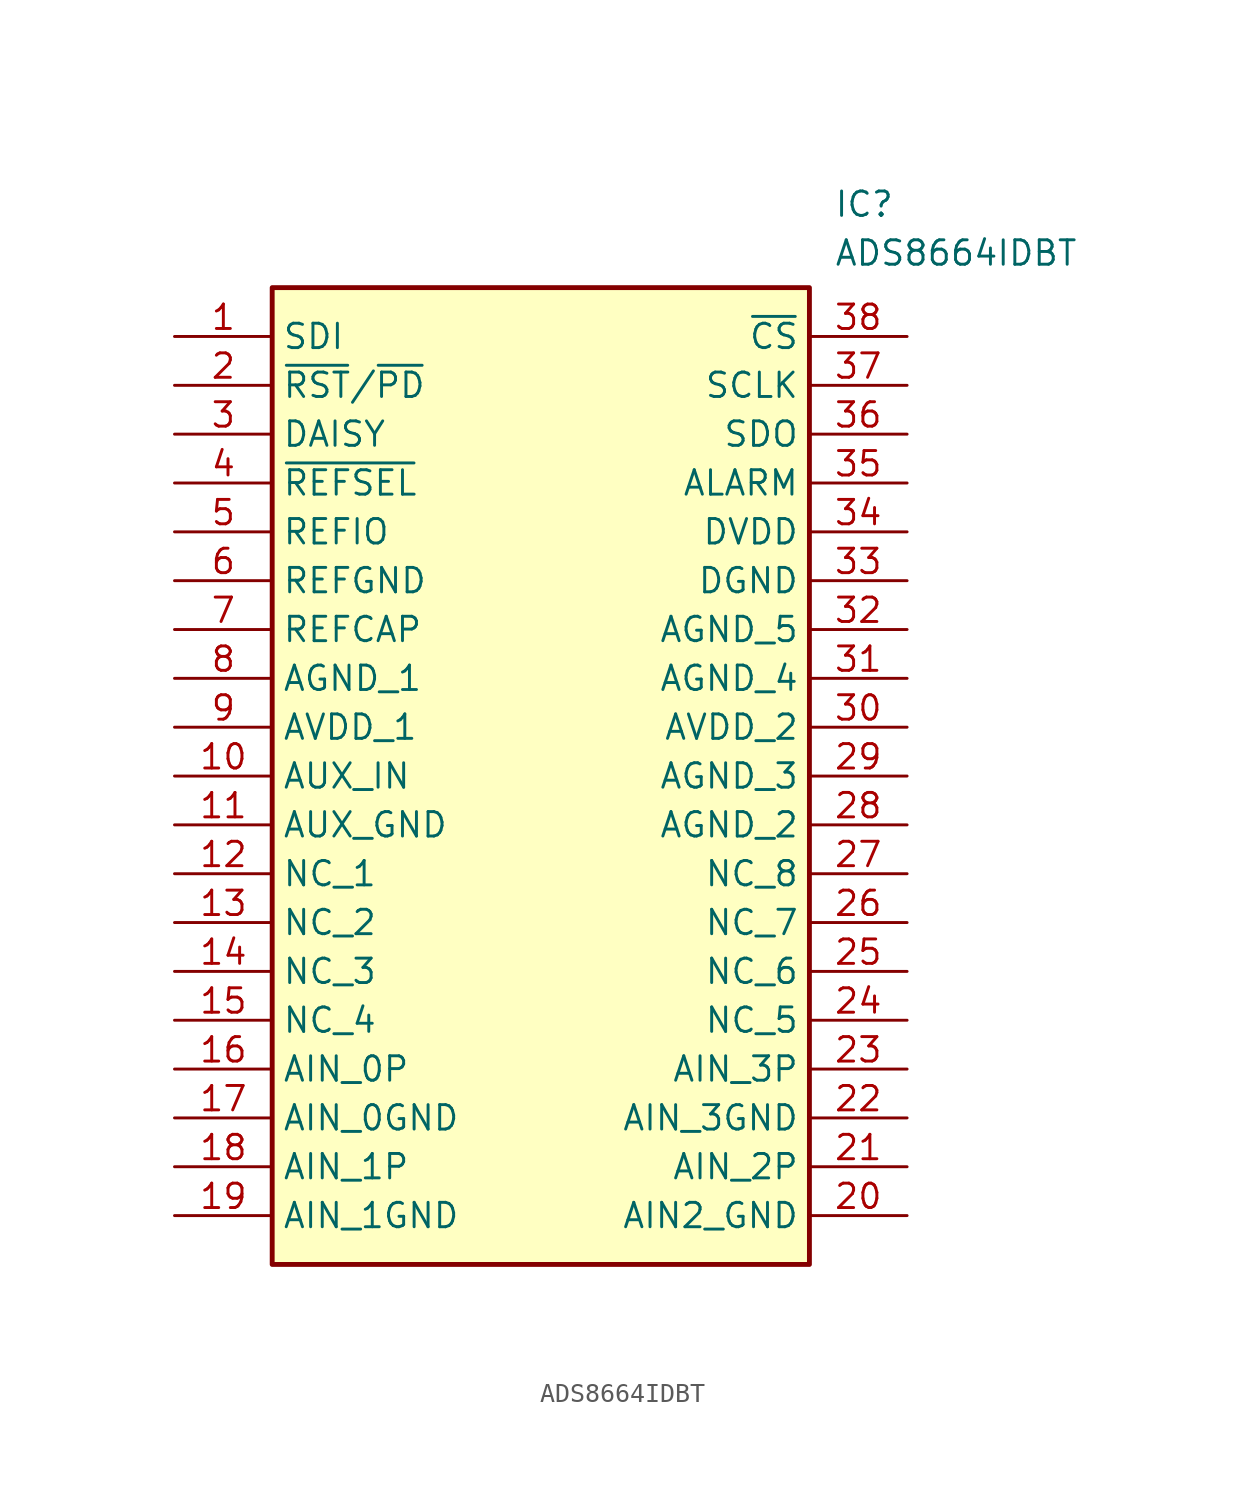
<source format=kicad_sym>
(kicad_symbol_lib
  (version 20211014)
  (generator SamacSys_ECAD_Model)
  (symbol "ADS8664IDBT"
    (property "Reference" "IC"
      (at 34.29 7.62 0)
      (effects (font (size 1.27 1.27)) (justify left top)))
    (property "Value" "ADS8664IDBT"
      (at 34.29 5.08 0)
      (effects (font (size 1.27 1.27)) (justify left top)))
    (rectangle
      (start 5.08 2.54)
      (end 33.02 -48.26)
      (stroke (width 0.254) (type default))
      (fill (type background)))
    (pin passive line
      (at 0 0 0)
      (length 5.08)
      (name "SDI" (effects (font (size 1.27 1.27))))
      (number "1" (effects (font (size 1.27 1.27)))))
    (pin passive line
      (at 0 -2.54 0)
      (length 5.08)
      (name "~{RST}/~{PD}" (effects (font (size 1.27 1.27))))
      (number "2" (effects (font (size 1.27 1.27)))))
    (pin passive line
      (at 0 -5.08 0)
      (length 5.08)
      (name "DAISY" (effects (font (size 1.27 1.27))))
      (number "3" (effects (font (size 1.27 1.27)))))
    (pin passive line
      (at 0 -7.62 0)
      (length 5.08)
      (name "~{REFSEL}" (effects (font (size 1.27 1.27))))
      (number "4" (effects (font (size 1.27 1.27)))))
    (pin passive line
      (at 0 -10.16 0)
      (length 5.08)
      (name "REFIO" (effects (font (size 1.27 1.27))))
      (number "5" (effects (font (size 1.27 1.27)))))
    (pin passive line
      (at 0 -12.7 0)
      (length 5.08)
      (name "REFGND" (effects (font (size 1.27 1.27))))
      (number "6" (effects (font (size 1.27 1.27)))))
    (pin passive line
      (at 0 -15.24 0)
      (length 5.08)
      (name "REFCAP" (effects (font (size 1.27 1.27))))
      (number "7" (effects (font (size 1.27 1.27)))))
    (pin passive line
      (at 0 -17.78 0)
      (length 5.08)
      (name "AGND_1" (effects (font (size 1.27 1.27))))
      (number "8" (effects (font (size 1.27 1.27)))))
    (pin passive line
      (at 0 -20.32 0)
      (length 5.08)
      (name "AVDD_1" (effects (font (size 1.27 1.27))))
      (number "9" (effects (font (size 1.27 1.27)))))
    (pin passive line
      (at 0 -22.86 0)
      (length 5.08)
      (name "AUX_IN" (effects (font (size 1.27 1.27))))
      (number "10" (effects (font (size 1.27 1.27)))))
    (pin passive line
      (at 0 -25.4 0)
      (length 5.08)
      (name "AUX_GND" (effects (font (size 1.27 1.27))))
      (number "11" (effects (font (size 1.27 1.27)))))
    (pin passive line
      (at 0 -27.94 0)
      (length 5.08)
      (name "NC_1" (effects (font (size 1.27 1.27))))
      (number "12" (effects (font (size 1.27 1.27)))))
    (pin passive line
      (at 0 -30.48 0)
      (length 5.08)
      (name "NC_2" (effects (font (size 1.27 1.27))))
      (number "13" (effects (font (size 1.27 1.27)))))
    (pin passive line
      (at 0 -33.02 0)
      (length 5.08)
      (name "NC_3" (effects (font (size 1.27 1.27))))
      (number "14" (effects (font (size 1.27 1.27)))))
    (pin passive line
      (at 0 -35.56 0)
      (length 5.08)
      (name "NC_4" (effects (font (size 1.27 1.27))))
      (number "15" (effects (font (size 1.27 1.27)))))
    (pin passive line
      (at 0 -38.1 0)
      (length 5.08)
      (name "AIN_0P" (effects (font (size 1.27 1.27))))
      (number "16" (effects (font (size 1.27 1.27)))))
    (pin passive line
      (at 0 -40.64 0)
      (length 5.08)
      (name "AIN_0GND" (effects (font (size 1.27 1.27))))
      (number "17" (effects (font (size 1.27 1.27)))))
    (pin passive line
      (at 0 -43.18 0)
      (length 5.08)
      (name "AIN_1P" (effects (font (size 1.27 1.27))))
      (number "18" (effects (font (size 1.27 1.27)))))
    (pin passive line
      (at 0 -45.72 0)
      (length 5.08)
      (name "AIN_1GND" (effects (font (size 1.27 1.27))))
      (number "19" (effects (font (size 1.27 1.27)))))
    (pin passive line
      (at 38.1 0 180)
      (length 5.08)
      (name "~{CS}" (effects (font (size 1.27 1.27))))
      (number "38" (effects (font (size 1.27 1.27)))))
    (pin passive line
      (at 38.1 -2.54 180)
      (length 5.08)
      (name "SCLK" (effects (font (size 1.27 1.27))))
      (number "37" (effects (font (size 1.27 1.27)))))
    (pin passive line
      (at 38.1 -5.08 180)
      (length 5.08)
      (name "SDO" (effects (font (size 1.27 1.27))))
      (number "36" (effects (font (size 1.27 1.27)))))
    (pin passive line
      (at 38.1 -7.62 180)
      (length 5.08)
      (name "ALARM" (effects (font (size 1.27 1.27))))
      (number "35" (effects (font (size 1.27 1.27)))))
    (pin passive line
      (at 38.1 -10.16 180)
      (length 5.08)
      (name "DVDD" (effects (font (size 1.27 1.27))))
      (number "34" (effects (font (size 1.27 1.27)))))
    (pin passive line
      (at 38.1 -12.7 180)
      (length 5.08)
      (name "DGND" (effects (font (size 1.27 1.27))))
      (number "33" (effects (font (size 1.27 1.27)))))
    (pin passive line
      (at 38.1 -15.24 180)
      (length 5.08)
      (name "AGND_5" (effects (font (size 1.27 1.27))))
      (number "32" (effects (font (size 1.27 1.27)))))
    (pin passive line
      (at 38.1 -17.78 180)
      (length 5.08)
      (name "AGND_4" (effects (font (size 1.27 1.27))))
      (number "31" (effects (font (size 1.27 1.27)))))
    (pin passive line
      (at 38.1 -20.32 180)
      (length 5.08)
      (name "AVDD_2" (effects (font (size 1.27 1.27))))
      (number "30" (effects (font (size 1.27 1.27)))))
    (pin passive line
      (at 38.1 -22.86 180)
      (length 5.08)
      (name "AGND_3" (effects (font (size 1.27 1.27))))
      (number "29" (effects (font (size 1.27 1.27)))))
    (pin passive line
      (at 38.1 -25.4 180)
      (length 5.08)
      (name "AGND_2" (effects (font (size 1.27 1.27))))
      (number "28" (effects (font (size 1.27 1.27)))))
    (pin passive line
      (at 38.1 -27.94 180)
      (length 5.08)
      (name "NC_8" (effects (font (size 1.27 1.27))))
      (number "27" (effects (font (size 1.27 1.27)))))
    (pin passive line
      (at 38.1 -30.48 180)
      (length 5.08)
      (name "NC_7" (effects (font (size 1.27 1.27))))
      (number "26" (effects (font (size 1.27 1.27)))))
    (pin passive line
      (at 38.1 -33.02 180)
      (length 5.08)
      (name "NC_6" (effects (font (size 1.27 1.27))))
      (number "25" (effects (font (size 1.27 1.27)))))
    (pin passive line
      (at 38.1 -35.56 180)
      (length 5.08)
      (name "NC_5" (effects (font (size 1.27 1.27))))
      (number "24" (effects (font (size 1.27 1.27)))))
    (pin passive line
      (at 38.1 -38.1 180)
      (length 5.08)
      (name "AIN_3P" (effects (font (size 1.27 1.27))))
      (number "23" (effects (font (size 1.27 1.27)))))
    (pin passive line
      (at 38.1 -40.64 180)
      (length 5.08)
      (name "AIN_3GND" (effects (font (size 1.27 1.27))))
      (number "22" (effects (font (size 1.27 1.27)))))
    (pin passive line
      (at 38.1 -43.18 180)
      (length 5.08)
      (name "AIN_2P" (effects (font (size 1.27 1.27))))
      (number "21" (effects (font (size 1.27 1.27)))))
    (pin passive line
      (at 38.1 -45.72 180)
      (length 5.08)
      (name "AIN2_GND" (effects (font (size 1.27 1.27))))
      (number "20" (effects (font (size 1.27 1.27)))))))
</source>
